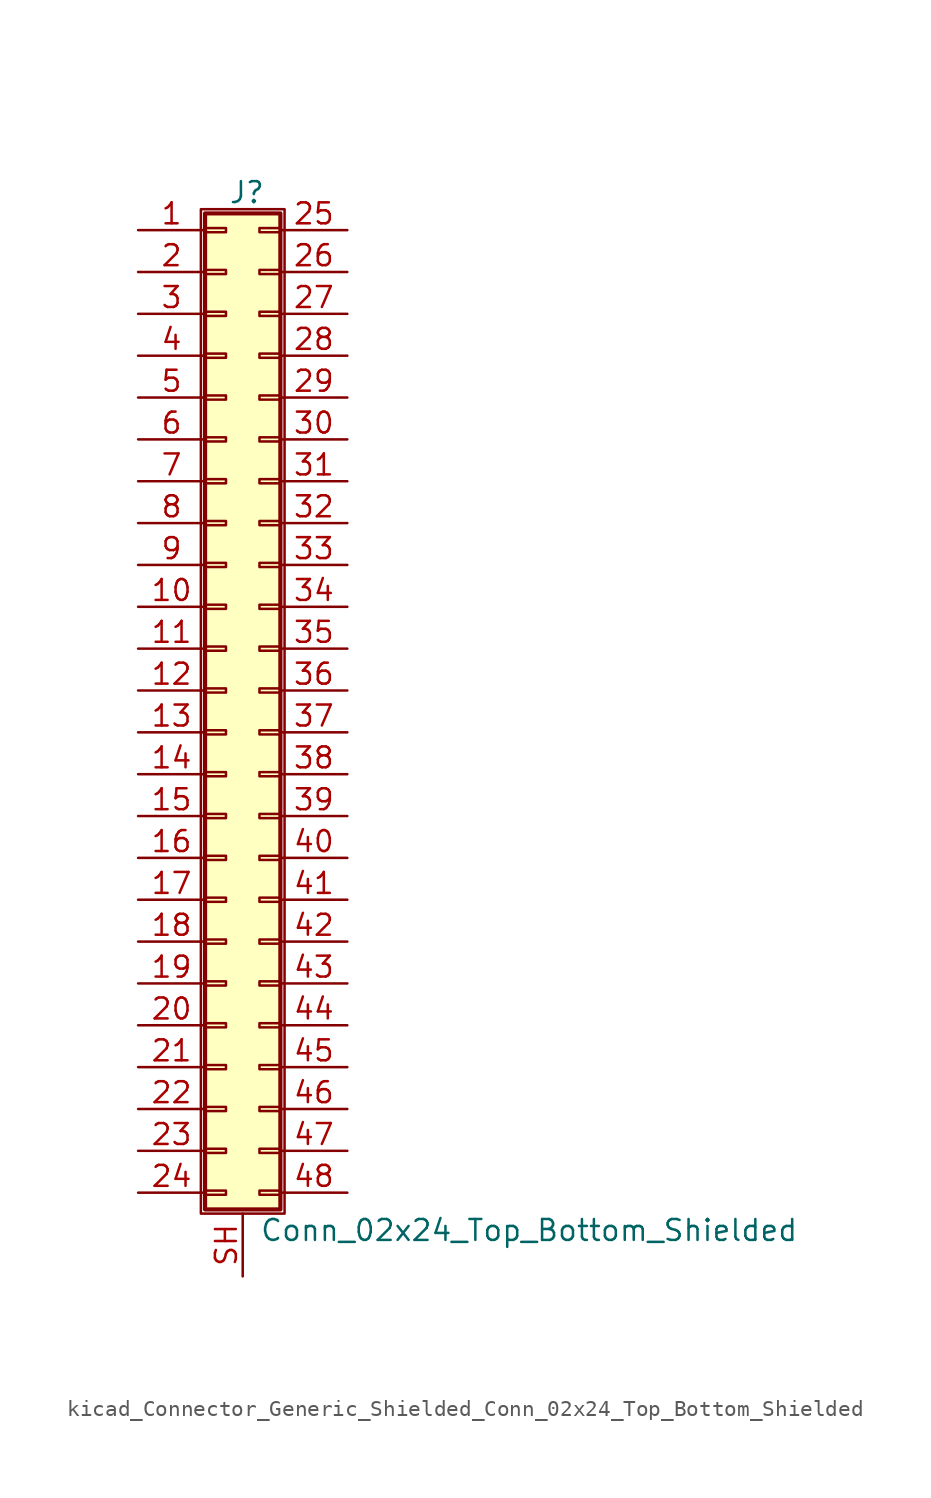
<source format=kicad_sym>
(kicad_symbol_lib
  (version 20220914)
  (generator kicad_symbol_editor)
  (symbol "kicad_Connector_Generic_Shielded_Conn_02x24_Top_Bottom_Shielded"
    (pin_names
      (offset 1.016) hide)
    (property "Reference" "J"
      (at 1.524 30.226 0)
      (effects (font (size 1.27 1.27))))
    (property "Value" "Conn_02x24_Top_Bottom_Shielded"
      (at 2.286 -32.766 0)
      (effects (font (size 1.27 1.27)) (justify left)))
    (symbol "kicad_Connector_Generic_Shielded_Conn_02x24_Top_Bottom_Shielded_1_1"
      (rectangle (start -1.27 29.21) (end 3.81 -31.75) (stroke (width 0.152) (type default)) (fill (type none)))
      (rectangle (start -1.016 -30.353) (end 0.254 -30.607) (stroke (width 0.152) (type default)) (fill (type none)))
      (rectangle (start -1.016 -27.813) (end 0.254 -28.067) (stroke (width 0.152) (type default)) (fill (type none)))
      (rectangle (start -1.016 -25.273) (end 0.254 -25.527) (stroke (width 0.152) (type default)) (fill (type none)))
      (rectangle (start -1.016 -22.733) (end 0.254 -22.987) (stroke (width 0.152) (type default)) (fill (type none)))
      (rectangle (start -1.016 -20.193) (end 0.254 -20.447) (stroke (width 0.152) (type default)) (fill (type none)))
      (rectangle (start -1.016 -17.653) (end 0.254 -17.907) (stroke (width 0.152) (type default)) (fill (type none)))
      (rectangle (start -1.016 -15.113) (end 0.254 -15.367) (stroke (width 0.152) (type default)) (fill (type none)))
      (rectangle (start -1.016 -12.573) (end 0.254 -12.827) (stroke (width 0.152) (type default)) (fill (type none)))
      (rectangle (start -1.016 -10.033) (end 0.254 -10.287) (stroke (width 0.152) (type default)) (fill (type none)))
      (rectangle (start -1.016 -7.493) (end 0.254 -7.747) (stroke (width 0.152) (type default)) (fill (type none)))
      (rectangle (start -1.016 -4.953) (end 0.254 -5.207) (stroke (width 0.152) (type default)) (fill (type none)))
      (rectangle (start -1.016 -2.413) (end 0.254 -2.667) (stroke (width 0.152) (type default)) (fill (type none)))
      (rectangle (start -1.016 0.127) (end 0.254 -0.127) (stroke (width 0.152) (type default)) (fill (type none)))
      (rectangle (start -1.016 2.667) (end 0.254 2.413) (stroke (width 0.152) (type default)) (fill (type none)))
      (rectangle (start -1.016 5.207) (end 0.254 4.953) (stroke (width 0.152) (type default)) (fill (type none)))
      (rectangle (start -1.016 7.747) (end 0.254 7.493) (stroke (width 0.152) (type default)) (fill (type none)))
      (rectangle (start -1.016 10.287) (end 0.254 10.033) (stroke (width 0.152) (type default)) (fill (type none)))
      (rectangle (start -1.016 12.827) (end 0.254 12.573) (stroke (width 0.152) (type default)) (fill (type none)))
      (rectangle (start -1.016 15.367) (end 0.254 15.113) (stroke (width 0.152) (type default)) (fill (type none)))
      (rectangle (start -1.016 17.907) (end 0.254 17.653) (stroke (width 0.152) (type default)) (fill (type none)))
      (rectangle (start -1.016 20.447) (end 0.254 20.193) (stroke (width 0.152) (type default)) (fill (type none)))
      (rectangle (start -1.016 22.987) (end 0.254 22.733) (stroke (width 0.152) (type default)) (fill (type none)))
      (rectangle (start -1.016 25.527) (end 0.254 25.273) (stroke (width 0.152) (type default)) (fill (type none)))
      (rectangle (start -1.016 28.067) (end 0.254 27.813) (stroke (width 0.152) (type default)) (fill (type none)))
      (rectangle (start -1.016 28.956) (end 3.556 -31.496) (stroke (width 0.254) (type default)) (fill (type background)))
      (rectangle (start 3.556 -30.353) (end 2.286 -30.607) (stroke (width 0.152) (type default)) (fill (type none)))
      (rectangle (start 3.556 -27.813) (end 2.286 -28.067) (stroke (width 0.152) (type default)) (fill (type none)))
      (rectangle (start 3.556 -25.273) (end 2.286 -25.527) (stroke (width 0.152) (type default)) (fill (type none)))
      (rectangle (start 3.556 -22.733) (end 2.286 -22.987) (stroke (width 0.152) (type default)) (fill (type none)))
      (rectangle (start 3.556 -20.193) (end 2.286 -20.447) (stroke (width 0.152) (type default)) (fill (type none)))
      (rectangle (start 3.556 -17.653) (end 2.286 -17.907) (stroke (width 0.152) (type default)) (fill (type none)))
      (rectangle (start 3.556 -15.113) (end 2.286 -15.367) (stroke (width 0.152) (type default)) (fill (type none)))
      (rectangle (start 3.556 -12.573) (end 2.286 -12.827) (stroke (width 0.152) (type default)) (fill (type none)))
      (rectangle (start 3.556 -10.033) (end 2.286 -10.287) (stroke (width 0.152) (type default)) (fill (type none)))
      (rectangle (start 3.556 -7.493) (end 2.286 -7.747) (stroke (width 0.152) (type default)) (fill (type none)))
      (rectangle (start 3.556 -4.953) (end 2.286 -5.207) (stroke (width 0.152) (type default)) (fill (type none)))
      (rectangle (start 3.556 -2.413) (end 2.286 -2.667) (stroke (width 0.152) (type default)) (fill (type none)))
      (rectangle (start 3.556 0.127) (end 2.286 -0.127) (stroke (width 0.152) (type default)) (fill (type none)))
      (rectangle (start 3.556 2.667) (end 2.286 2.413) (stroke (width 0.152) (type default)) (fill (type none)))
      (rectangle (start 3.556 5.207) (end 2.286 4.953) (stroke (width 0.152) (type default)) (fill (type none)))
      (rectangle (start 3.556 7.747) (end 2.286 7.493) (stroke (width 0.152) (type default)) (fill (type none)))
      (rectangle (start 3.556 10.287) (end 2.286 10.033) (stroke (width 0.152) (type default)) (fill (type none)))
      (rectangle (start 3.556 12.827) (end 2.286 12.573) (stroke (width 0.152) (type default)) (fill (type none)))
      (rectangle (start 3.556 15.367) (end 2.286 15.113) (stroke (width 0.152) (type default)) (fill (type none)))
      (rectangle (start 3.556 17.907) (end 2.286 17.653) (stroke (width 0.152) (type default)) (fill (type none)))
      (rectangle (start 3.556 20.447) (end 2.286 20.193) (stroke (width 0.152) (type default)) (fill (type none)))
      (rectangle (start 3.556 22.987) (end 2.286 22.733) (stroke (width 0.152) (type default)) (fill (type none)))
      (rectangle (start 3.556 25.527) (end 2.286 25.273) (stroke (width 0.152) (type default)) (fill (type none)))
      (rectangle (start 3.556 28.067) (end 2.286 27.813) (stroke (width 0.152) (type default)) (fill (type none)))
      (pin passive line (at -5.08 27.94 0) (length 4.064) (name "Pin_1" (effects (font (size 1.27 1.27)))) (number "1" (effects (font (size 1.27 1.27)))))
      (pin passive line (at -5.08 5.08 0) (length 4.064) (name "Pin_10" (effects (font (size 1.27 1.27)))) (number "10" (effects (font (size 1.27 1.27)))))
      (pin passive line (at -5.08 2.54 0) (length 4.064) (name "Pin_11" (effects (font (size 1.27 1.27)))) (number "11" (effects (font (size 1.27 1.27)))))
      (pin passive line (at -5.08 0 0) (length 4.064) (name "Pin_12" (effects (font (size 1.27 1.27)))) (number "12" (effects (font (size 1.27 1.27)))))
      (pin passive line (at -5.08 -2.54 0) (length 4.064) (name "Pin_13" (effects (font (size 1.27 1.27)))) (number "13" (effects (font (size 1.27 1.27)))))
      (pin passive line (at -5.08 -5.08 0) (length 4.064) (name "Pin_14" (effects (font (size 1.27 1.27)))) (number "14" (effects (font (size 1.27 1.27)))))
      (pin passive line (at -5.08 -7.62 0) (length 4.064) (name "Pin_15" (effects (font (size 1.27 1.27)))) (number "15" (effects (font (size 1.27 1.27)))))
      (pin passive line (at -5.08 -10.16 0) (length 4.064) (name "Pin_16" (effects (font (size 1.27 1.27)))) (number "16" (effects (font (size 1.27 1.27)))))
      (pin passive line (at -5.08 -12.7 0) (length 4.064) (name "Pin_17" (effects (font (size 1.27 1.27)))) (number "17" (effects (font (size 1.27 1.27)))))
      (pin passive line (at -5.08 -15.24 0) (length 4.064) (name "Pin_18" (effects (font (size 1.27 1.27)))) (number "18" (effects (font (size 1.27 1.27)))))
      (pin passive line (at -5.08 -17.78 0) (length 4.064) (name "Pin_19" (effects (font (size 1.27 1.27)))) (number "19" (effects (font (size 1.27 1.27)))))
      (pin passive line (at -5.08 25.4 0) (length 4.064) (name "Pin_2" (effects (font (size 1.27 1.27)))) (number "2" (effects (font (size 1.27 1.27)))))
      (pin passive line (at -5.08 -20.32 0) (length 4.064) (name "Pin_20" (effects (font (size 1.27 1.27)))) (number "20" (effects (font (size 1.27 1.27)))))
      (pin passive line (at -5.08 -22.86 0) (length 4.064) (name "Pin_21" (effects (font (size 1.27 1.27)))) (number "21" (effects (font (size 1.27 1.27)))))
      (pin passive line (at -5.08 -25.4 0) (length 4.064) (name "Pin_22" (effects (font (size 1.27 1.27)))) (number "22" (effects (font (size 1.27 1.27)))))
      (pin passive line (at -5.08 -27.94 0) (length 4.064) (name "Pin_23" (effects (font (size 1.27 1.27)))) (number "23" (effects (font (size 1.27 1.27)))))
      (pin passive line (at -5.08 -30.48 0) (length 4.064) (name "Pin_24" (effects (font (size 1.27 1.27)))) (number "24" (effects (font (size 1.27 1.27)))))
      (pin passive line (at 7.62 27.94 180) (length 4.064) (name "Pin_25" (effects (font (size 1.27 1.27)))) (number "25" (effects (font (size 1.27 1.27)))))
      (pin passive line (at 7.62 25.4 180) (length 4.064) (name "Pin_26" (effects (font (size 1.27 1.27)))) (number "26" (effects (font (size 1.27 1.27)))))
      (pin passive line (at 7.62 22.86 180) (length 4.064) (name "Pin_27" (effects (font (size 1.27 1.27)))) (number "27" (effects (font (size 1.27 1.27)))))
      (pin passive line (at 7.62 20.32 180) (length 4.064) (name "Pin_28" (effects (font (size 1.27 1.27)))) (number "28" (effects (font (size 1.27 1.27)))))
      (pin passive line (at 7.62 17.78 180) (length 4.064) (name "Pin_29" (effects (font (size 1.27 1.27)))) (number "29" (effects (font (size 1.27 1.27)))))
      (pin passive line (at -5.08 22.86 0) (length 4.064) (name "Pin_3" (effects (font (size 1.27 1.27)))) (number "3" (effects (font (size 1.27 1.27)))))
      (pin passive line (at 7.62 15.24 180) (length 4.064) (name "Pin_30" (effects (font (size 1.27 1.27)))) (number "30" (effects (font (size 1.27 1.27)))))
      (pin passive line (at 7.62 12.7 180) (length 4.064) (name "Pin_31" (effects (font (size 1.27 1.27)))) (number "31" (effects (font (size 1.27 1.27)))))
      (pin passive line (at 7.62 10.16 180) (length 4.064) (name "Pin_32" (effects (font (size 1.27 1.27)))) (number "32" (effects (font (size 1.27 1.27)))))
      (pin passive line (at 7.62 7.62 180) (length 4.064) (name "Pin_33" (effects (font (size 1.27 1.27)))) (number "33" (effects (font (size 1.27 1.27)))))
      (pin passive line (at 7.62 5.08 180) (length 4.064) (name "Pin_34" (effects (font (size 1.27 1.27)))) (number "34" (effects (font (size 1.27 1.27)))))
      (pin passive line (at 7.62 2.54 180) (length 4.064) (name "Pin_35" (effects (font (size 1.27 1.27)))) (number "35" (effects (font (size 1.27 1.27)))))
      (pin passive line (at 7.62 0 180) (length 4.064) (name "Pin_36" (effects (font (size 1.27 1.27)))) (number "36" (effects (font (size 1.27 1.27)))))
      (pin passive line (at 7.62 -2.54 180) (length 4.064) (name "Pin_37" (effects (font (size 1.27 1.27)))) (number "37" (effects (font (size 1.27 1.27)))))
      (pin passive line (at 7.62 -5.08 180) (length 4.064) (name "Pin_38" (effects (font (size 1.27 1.27)))) (number "38" (effects (font (size 1.27 1.27)))))
      (pin passive line (at 7.62 -7.62 180) (length 4.064) (name "Pin_39" (effects (font (size 1.27 1.27)))) (number "39" (effects (font (size 1.27 1.27)))))
      (pin passive line (at -5.08 20.32 0) (length 4.064) (name "Pin_4" (effects (font (size 1.27 1.27)))) (number "4" (effects (font (size 1.27 1.27)))))
      (pin passive line (at 7.62 -10.16 180) (length 4.064) (name "Pin_40" (effects (font (size 1.27 1.27)))) (number "40" (effects (font (size 1.27 1.27)))))
      (pin passive line (at 7.62 -12.7 180) (length 4.064) (name "Pin_41" (effects (font (size 1.27 1.27)))) (number "41" (effects (font (size 1.27 1.27)))))
      (pin passive line (at 7.62 -15.24 180) (length 4.064) (name "Pin_42" (effects (font (size 1.27 1.27)))) (number "42" (effects (font (size 1.27 1.27)))))
      (pin passive line (at 7.62 -17.78 180) (length 4.064) (name "Pin_43" (effects (font (size 1.27 1.27)))) (number "43" (effects (font (size 1.27 1.27)))))
      (pin passive line (at 7.62 -20.32 180) (length 4.064) (name "Pin_44" (effects (font (size 1.27 1.27)))) (number "44" (effects (font (size 1.27 1.27)))))
      (pin passive line (at 7.62 -22.86 180) (length 4.064) (name "Pin_45" (effects (font (size 1.27 1.27)))) (number "45" (effects (font (size 1.27 1.27)))))
      (pin passive line (at 7.62 -25.4 180) (length 4.064) (name "Pin_46" (effects (font (size 1.27 1.27)))) (number "46" (effects (font (size 1.27 1.27)))))
      (pin passive line (at 7.62 -27.94 180) (length 4.064) (name "Pin_47" (effects (font (size 1.27 1.27)))) (number "47" (effects (font (size 1.27 1.27)))))
      (pin passive line (at 7.62 -30.48 180) (length 4.064) (name "Pin_48" (effects (font (size 1.27 1.27)))) (number "48" (effects (font (size 1.27 1.27)))))
      (pin passive line (at -5.08 17.78 0) (length 4.064) (name "Pin_5" (effects (font (size 1.27 1.27)))) (number "5" (effects (font (size 1.27 1.27)))))
      (pin passive line (at -5.08 15.24 0) (length 4.064) (name "Pin_6" (effects (font (size 1.27 1.27)))) (number "6" (effects (font (size 1.27 1.27)))))
      (pin passive line (at -5.08 12.7 0) (length 4.064) (name "Pin_7" (effects (font (size 1.27 1.27)))) (number "7" (effects (font (size 1.27 1.27)))))
      (pin passive line (at -5.08 10.16 0) (length 4.064) (name "Pin_8" (effects (font (size 1.27 1.27)))) (number "8" (effects (font (size 1.27 1.27)))))
      (pin passive line (at -5.08 7.62 0) (length 4.064) (name "Pin_9" (effects (font (size 1.27 1.27)))) (number "9" (effects (font (size 1.27 1.27)))))
      (pin passive line (at 1.27 -35.56 90) (length 3.81) (name "Shield" (effects (font (size 1.27 1.27)))) (number "SH" (effects (font (size 1.27 1.27))))))))
</source>
